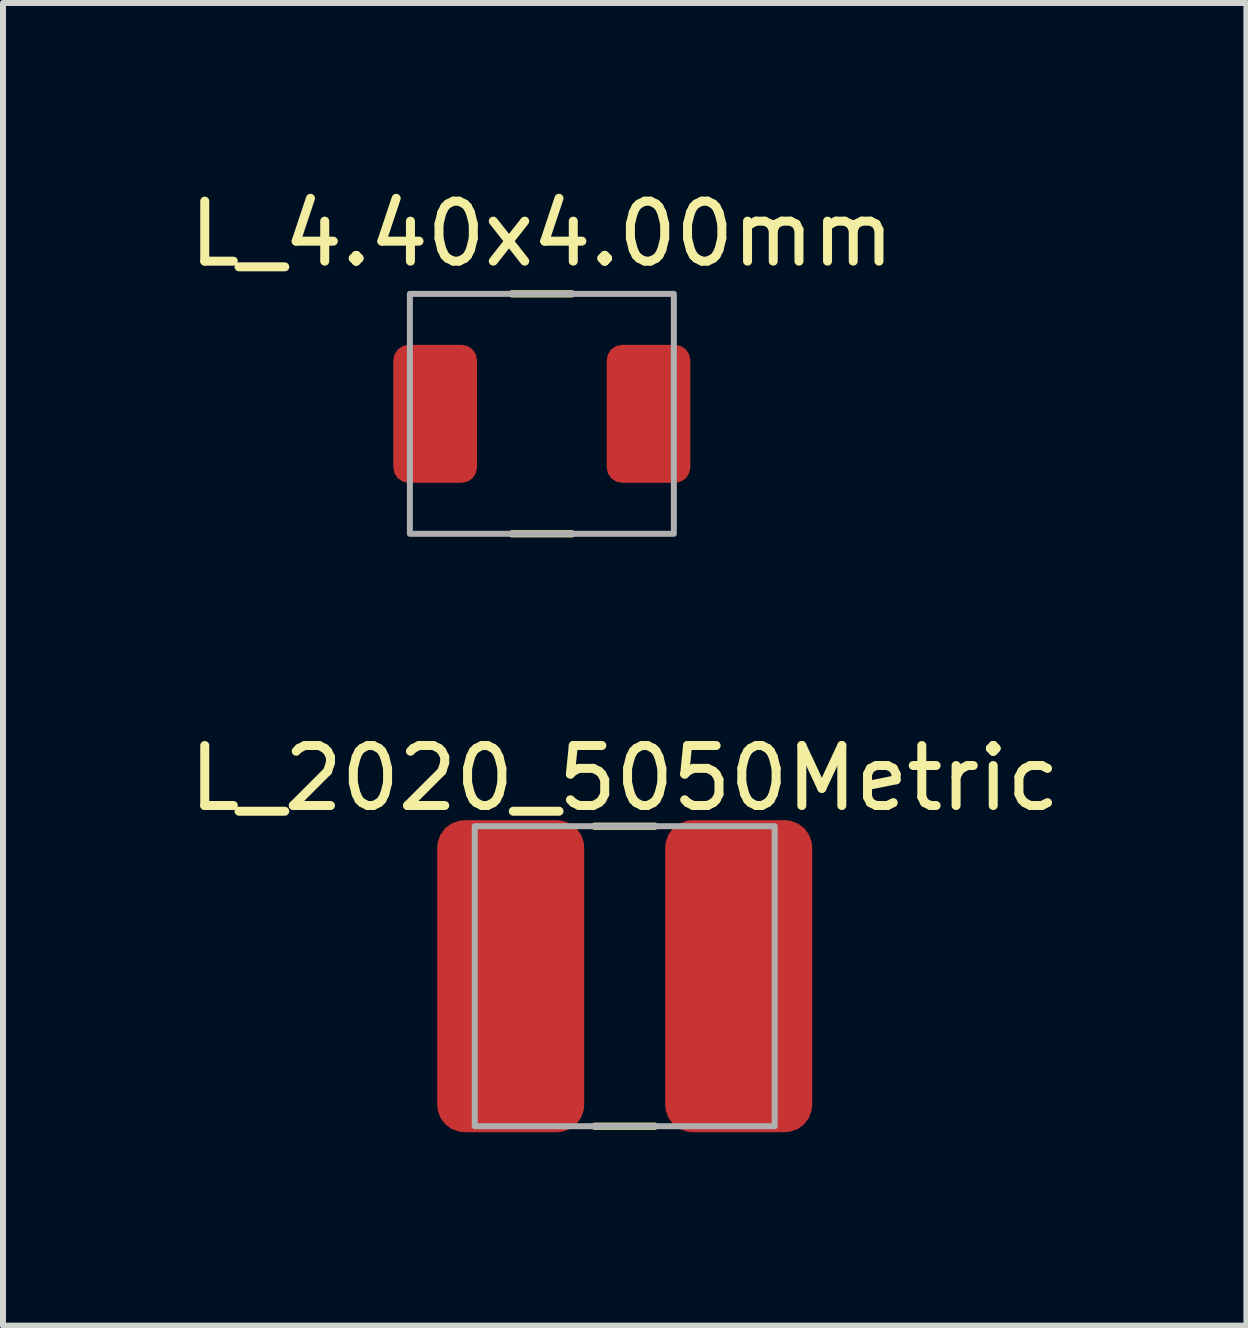
<source format=kicad_pcb>
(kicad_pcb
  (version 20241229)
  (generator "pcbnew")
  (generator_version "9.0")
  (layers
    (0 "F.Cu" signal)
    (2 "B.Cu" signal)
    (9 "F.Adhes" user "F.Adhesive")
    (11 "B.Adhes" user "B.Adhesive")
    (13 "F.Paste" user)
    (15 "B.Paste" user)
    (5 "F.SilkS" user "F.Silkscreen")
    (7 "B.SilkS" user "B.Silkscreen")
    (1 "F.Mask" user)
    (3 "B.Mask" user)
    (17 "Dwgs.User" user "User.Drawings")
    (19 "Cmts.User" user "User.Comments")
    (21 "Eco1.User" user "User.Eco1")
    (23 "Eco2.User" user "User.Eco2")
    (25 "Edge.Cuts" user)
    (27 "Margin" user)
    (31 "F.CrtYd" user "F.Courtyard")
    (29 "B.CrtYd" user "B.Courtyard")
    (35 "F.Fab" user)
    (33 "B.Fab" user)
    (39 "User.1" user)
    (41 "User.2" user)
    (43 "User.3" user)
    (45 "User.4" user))
  (footprint "L_2020_5050Metric"
    (layer "F.Cu")
    (at 7.363 13.222)
    (property "Reference" "L_2020_5050Metric" (at 0 -3.3 0) (layer "F.SilkS") (effects (font (size 1 1) (thickness 0.15))))
    (attr smd)
    (fp_line (start -0.5 -2.5) (end 0.5 -2.5) (stroke (width 0.12) (type solid)) (layer "F.SilkS"))
    (fp_line (start -0.5 2.5) (end 0.5 2.5) (stroke (width 0.12) (type solid)) (layer "F.SilkS"))
    (fp_rect (start -3.3 -2.8) (end 3.3 2.8) (stroke (width 0.05) (type solid)) (fill no) (layer "Margin"))
    (fp_rect (start -2.5 -2.5) (end 2.5 2.5) (stroke (width 0.1) (type default)) (fill no) (layer "F.Fab"))
    (pad "1" smd roundrect (at -1.9 0) (size 2.45 5.2) (layers "F.Cu" "F.Mask" "F.Paste") (roundrect_rratio 0.185))
    (pad "2" smd roundrect (at 1.9 0) (size 2.45 5.2) (layers "F.Cu" "F.Mask" "F.Paste") (roundrect_rratio 0.185)))
  (footprint "L_4.40x4.00mm"
    (layer "F.Cu")
    (at 5.982 3.848)
    (property "Reference" "L_4.40x4.00mm" (at 0 -3 0) (layer "F.SilkS") (effects (font (size 1 1) (thickness 0.15))))
    (attr smd)
    (fp_line (start -0.5 -2) (end 0.5 -2) (stroke (width 0.12) (type solid)) (layer "F.SilkS"))
    (fp_line (start -0.5 2) (end 0.5 2) (stroke (width 0.12) (type solid)) (layer "F.SilkS"))
    (fp_rect (start -2.6 -2.2) (end 2.6 2.2) (stroke (width 0.05) (type solid)) (fill no) (layer "Margin"))
    (fp_rect (start -2.2 -2) (end 2.2 2) (stroke (width 0.1) (type default)) (fill no) (layer "F.Fab"))
    (pad "1" smd roundrect (at -1.778 0) (size 1.395 2.3) (layers "F.Cu" "F.Mask" "F.Paste") (roundrect_rratio 0.185))
    (pad "2" smd roundrect (at 1.778 0) (size 1.395 2.3) (layers "F.Cu" "F.Mask" "F.Paste") (roundrect_rratio 0.185)))
  (gr_rect
    (start -3 -3)
    (end 17.726 19.047)
    (stroke (width 0.1) (type default))
    (fill no)
    (layer "Edge.Cuts")))
</source>
